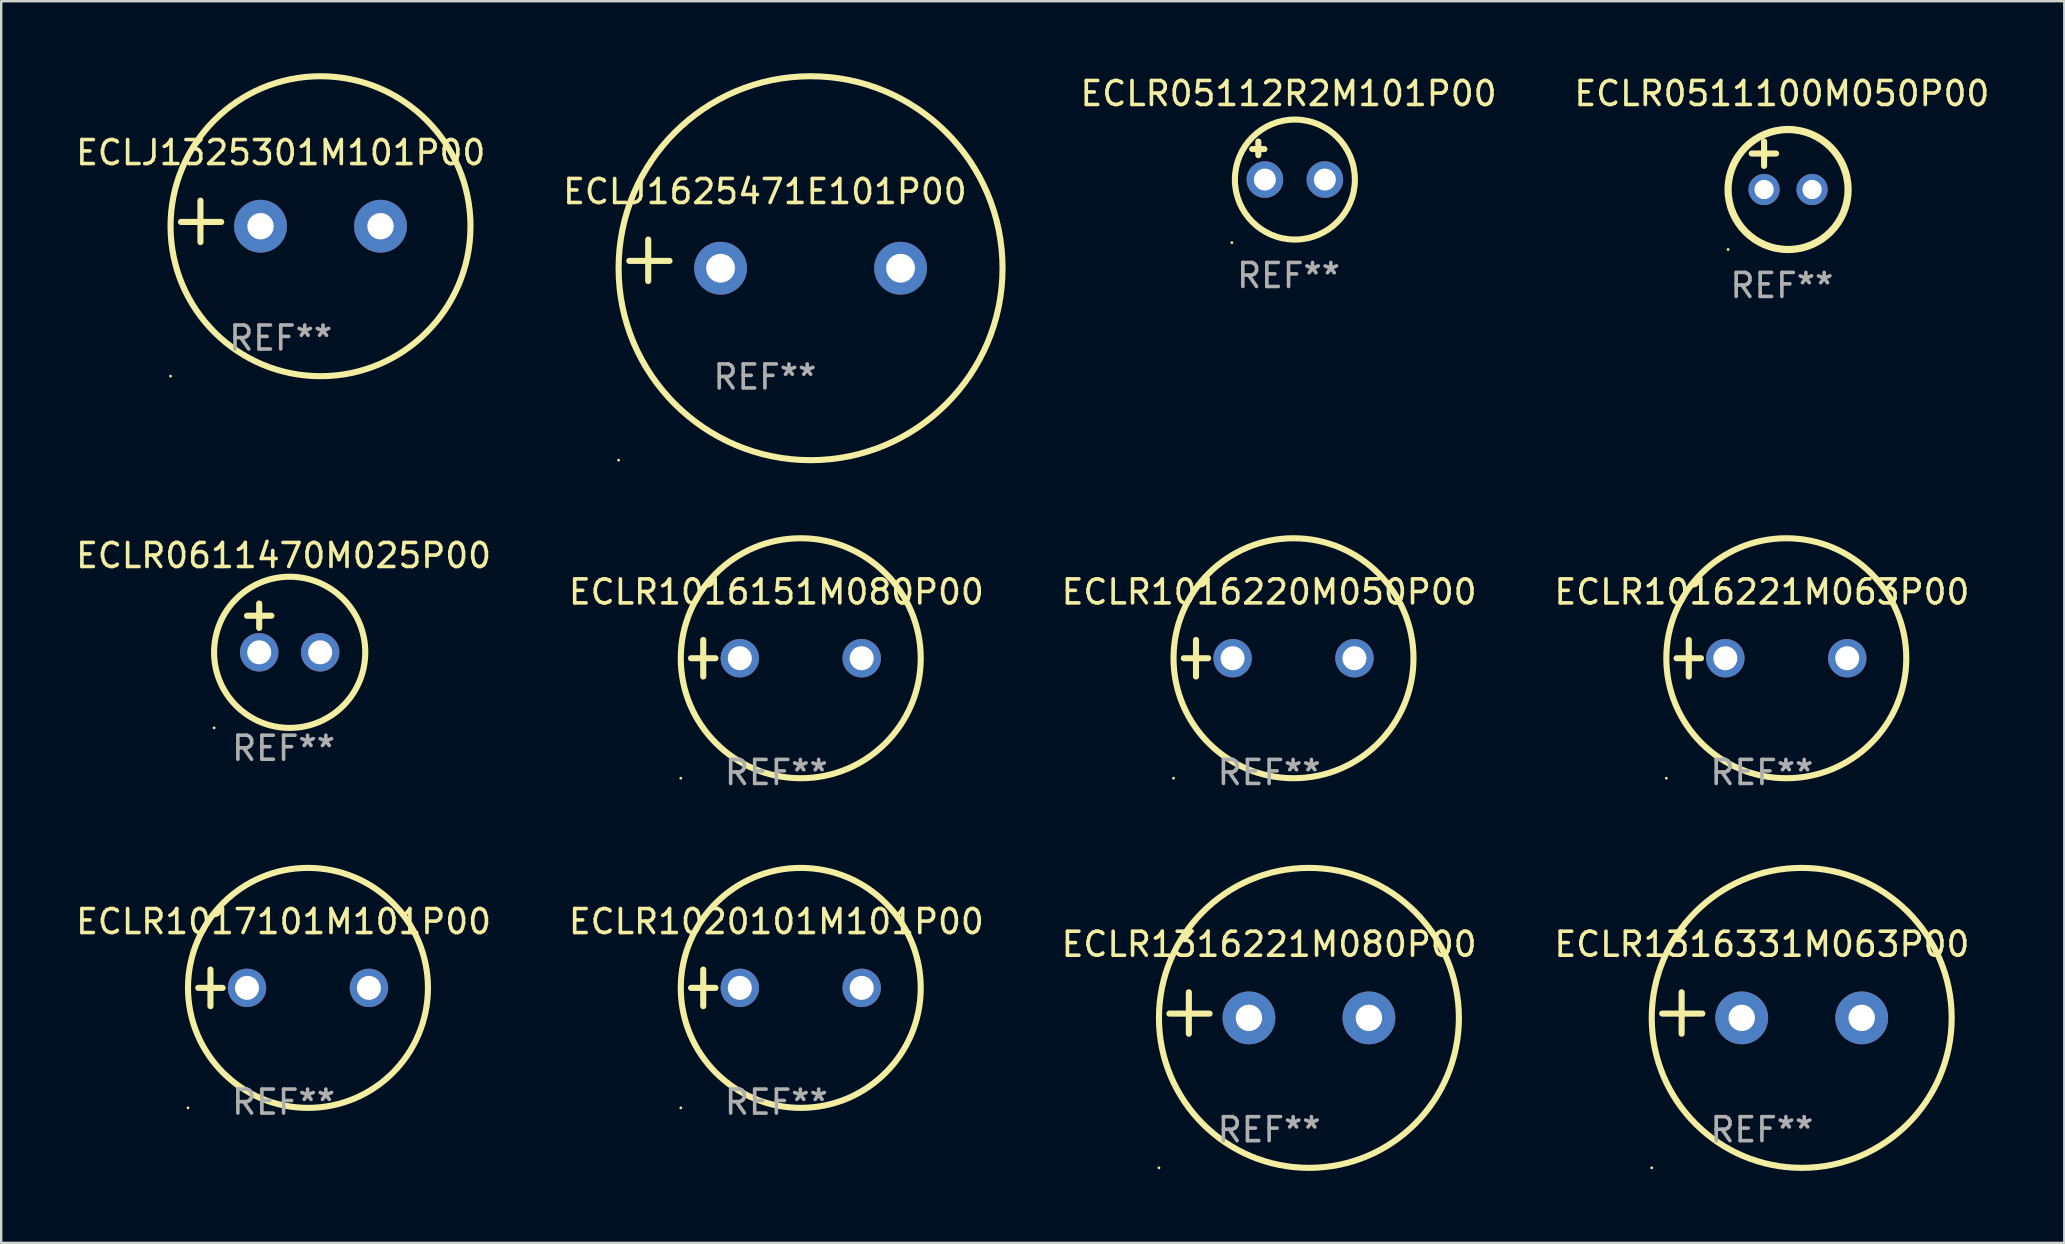
<source format=kicad_pcb>
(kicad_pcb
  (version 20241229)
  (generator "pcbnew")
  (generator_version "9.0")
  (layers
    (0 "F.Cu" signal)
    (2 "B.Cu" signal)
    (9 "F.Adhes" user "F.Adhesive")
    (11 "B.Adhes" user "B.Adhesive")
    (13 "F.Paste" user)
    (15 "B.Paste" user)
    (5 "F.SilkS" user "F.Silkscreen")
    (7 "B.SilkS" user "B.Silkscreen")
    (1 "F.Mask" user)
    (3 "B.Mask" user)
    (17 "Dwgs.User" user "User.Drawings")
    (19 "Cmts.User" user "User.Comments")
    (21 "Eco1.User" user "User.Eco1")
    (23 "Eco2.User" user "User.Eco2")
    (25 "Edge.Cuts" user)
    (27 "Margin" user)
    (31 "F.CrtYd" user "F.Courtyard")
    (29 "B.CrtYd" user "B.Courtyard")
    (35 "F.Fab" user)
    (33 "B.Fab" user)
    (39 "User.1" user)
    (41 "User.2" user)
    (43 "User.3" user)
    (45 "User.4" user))
  (footprint "ECLR1016151M080P00"
    (layer "F.Cu")
    (at 29.304 24.381)
    (property "Reference" "ECLR1016151M080P00" (at 0 -2.762 0) (layer "F.SilkS") (effects (font (size 1 1) (thickness 0.15))))
    (attr through_hole)
    (fp_line (start -3.556 0) (end -2.54 0) (stroke (width 0.254) (type solid)) (layer "F.SilkS"))
    (fp_line (start -3.048 -0.762) (end -3.048 0.762) (stroke (width 0.254) (type solid)) (layer "F.SilkS"))
    (fp_circle (center -3.984 5) (end -3.954 5) (stroke (width 0.06) (type solid)) (fill no) (layer "F.SilkS"))
    (fp_circle (center 1.016 0) (end 6.016 0) (stroke (width 0.254) (type solid)) (fill no) (layer "F.SilkS"))
    (fp_text user "REF**" (at 0 4.762 0) (layer "F.Fab") (effects (font (size 1 1) (thickness 0.15))))
    (pad "1" thru_hole circle (at -1.524 0) (size 1.6 1.6) (drill 1) (layers "*.Cu" "*.Mask"))
    (pad "2" thru_hole circle (at 3.556 0) (size 1.6 1.6) (drill 1) (layers "*.Cu" "*.Mask")))
  (footprint "ECLJ1625471E101P00"
    (layer "F.Cu")
    (at 28.827 7.797)
    (property "Reference" "ECLJ1625471E101P00" (at 0 -2.864 0) (layer "F.SilkS") (effects (font (size 1 1) (thickness 0.15))))
    (attr through_hole)
    (fp_line (start -4.864 0.864) (end -4.864 -0.864) (stroke (width 0.254) (type solid)) (layer "F.SilkS"))
    (fp_line (start -3.975 0.025) (end -5.652 0.025) (stroke (width 0.254) (type solid)) (layer "F.SilkS"))
    (fp_circle (center -6.098 8.33) (end -6.068 8.33) (stroke (width 0.06) (type solid)) (fill no) (layer "F.SilkS"))
    (fp_circle (center 1.902 0.33) (end 9.902 0.33) (stroke (width 0.254) (type solid)) (fill no) (layer "F.SilkS"))
    (fp_text user "REF**" (at 0 4.864 0) (layer "F.Fab") (effects (font (size 1 1) (thickness 0.15))))
    (pad "1" thru_hole circle (at -1.848 0.33) (size 2.2 2.2) (drill 1.2) (layers "*.Cu" "*.Mask"))
    (pad "2" thru_hole circle (at 5.652 0.33) (size 2.2 2.2) (drill 1.2) (layers "*.Cu" "*.Mask")))
  (footprint "ECLR1016220M050P00"
    (layer "F.Cu")
    (at 49.839 24.381)
    (property "Reference" "ECLR1016220M050P00" (at 0 -2.762 0) (layer "F.SilkS") (effects (font (size 1 1) (thickness 0.15))))
    (attr through_hole)
    (fp_line (start -3.556 0) (end -2.54 0) (stroke (width 0.254) (type solid)) (layer "F.SilkS"))
    (fp_line (start -3.048 -0.762) (end -3.048 0.762) (stroke (width 0.254) (type solid)) (layer "F.SilkS"))
    (fp_circle (center -3.984 5) (end -3.954 5) (stroke (width 0.06) (type solid)) (fill no) (layer "F.SilkS"))
    (fp_circle (center 1.016 0) (end 6.016 0) (stroke (width 0.254) (type solid)) (fill no) (layer "F.SilkS"))
    (fp_text user "REF**" (at 0 4.762 0) (layer "F.Fab") (effects (font (size 1 1) (thickness 0.15))))
    (pad "1" thru_hole circle (at -1.524 0) (size 1.6 1.6) (drill 1) (layers "*.Cu" "*.Mask"))
    (pad "2" thru_hole circle (at 3.556 0) (size 1.6 1.6) (drill 1) (layers "*.Cu" "*.Mask")))
  (footprint "ECLR1016221M063P00"
    (layer "F.Cu")
    (at 70.375 24.381)
    (property "Reference" "ECLR1016221M063P00" (at 0 -2.762 0) (layer "F.SilkS") (effects (font (size 1 1) (thickness 0.15))))
    (attr through_hole)
    (fp_line (start -3.556 0) (end -2.54 0) (stroke (width 0.254) (type solid)) (layer "F.SilkS"))
    (fp_line (start -3.048 -0.762) (end -3.048 0.762) (stroke (width 0.254) (type solid)) (layer "F.SilkS"))
    (fp_circle (center -3.984 5) (end -3.954 5) (stroke (width 0.06) (type solid)) (fill no) (layer "F.SilkS"))
    (fp_circle (center 1.016 0) (end 6.016 0) (stroke (width 0.254) (type solid)) (fill no) (layer "F.SilkS"))
    (fp_text user "REF**" (at 0 4.762 0) (layer "F.Fab") (effects (font (size 1 1) (thickness 0.15))))
    (pad "1" thru_hole circle (at -1.524 0) (size 1.6 1.6) (drill 1) (layers "*.Cu" "*.Mask"))
    (pad "2" thru_hole circle (at 3.556 0) (size 1.6 1.6) (drill 1) (layers "*.Cu" "*.Mask")))
  (footprint "ECLJ1325301M101P00"
    (layer "F.Cu")
    (at 8.649 6.174)
    (property "Reference" "ECLJ1325301M101P00" (at 0 -2.864 0) (layer "F.SilkS") (effects (font (size 1 1) (thickness 0.15))))
    (attr through_hole)
    (fp_line (start -3.346 0.864) (end -3.346 -0.864) (stroke (width 0.254) (type solid)) (layer "F.SilkS"))
    (fp_line (start -2.482 0.025) (end -4.158 0.025) (stroke (width 0.254) (type solid)) (layer "F.SilkS"))
    (fp_circle (center -4.592 6.453) (end -4.562 6.453) (stroke (width 0.06) (type solid)) (fill no) (layer "F.SilkS"))
    (fp_circle (center 1.658 0.203) (end 7.908 0.203) (stroke (width 0.254) (type solid)) (fill no) (layer "F.SilkS"))
    (fp_text user "REF**" (at 0 4.864 0) (layer "F.Fab") (effects (font (size 1 1) (thickness 0.15))))
    (pad "1" thru_hole circle (at -0.842 0.203) (size 2.2 2.2) (drill 1.1) (layers "*.Cu" "*.Mask"))
    (pad "2" thru_hole circle (at 4.158 0.203) (size 2.2 2.2) (drill 1.1) (layers "*.Cu" "*.Mask")))
  (footprint "ECLR1316331M063P00"
    (layer "F.Cu")
    (at 70.375 39.165)
    (property "Reference" "ECLR1316331M063P00" (at 0 -2.864 0) (layer "F.SilkS") (effects (font (size 1 1) (thickness 0.15))))
    (attr through_hole)
    (fp_line (start -3.346 0.864) (end -3.346 -0.864) (stroke (width 0.254) (type solid)) (layer "F.SilkS"))
    (fp_line (start -2.482 0.025) (end -4.158 0.025) (stroke (width 0.254) (type solid)) (layer "F.SilkS"))
    (fp_circle (center -4.592 6.453) (end -4.562 6.453) (stroke (width 0.06) (type solid)) (fill no) (layer "F.SilkS"))
    (fp_circle (center 1.658 0.203) (end 7.908 0.203) (stroke (width 0.254) (type solid)) (fill no) (layer "F.SilkS"))
    (fp_text user "REF**" (at 0 4.864 0) (layer "F.Fab") (effects (font (size 1 1) (thickness 0.15))))
    (pad "1" thru_hole circle (at -0.842 0.203) (size 2.2 2.2) (drill 1.1) (layers "*.Cu" "*.Mask"))
    (pad "2" thru_hole circle (at 4.158 0.203) (size 2.2 2.2) (drill 1.1) (layers "*.Cu" "*.Mask")))
  (footprint "ECLR1020101M101P00"
    (layer "F.Cu")
    (at 29.304 38.118)
    (property "Reference" "ECLR1020101M101P00" (at 0 -2.762 0) (layer "F.SilkS") (effects (font (size 1 1) (thickness 0.15))))
    (attr through_hole)
    (fp_line (start -3.556 0) (end -2.54 0) (stroke (width 0.254) (type solid)) (layer "F.SilkS"))
    (fp_line (start -3.048 -0.762) (end -3.048 0.762) (stroke (width 0.254) (type solid)) (layer "F.SilkS"))
    (fp_circle (center -3.984 5) (end -3.954 5) (stroke (width 0.06) (type solid)) (fill no) (layer "F.SilkS"))
    (fp_circle (center 1.016 0) (end 6.016 0) (stroke (width 0.254) (type solid)) (fill no) (layer "F.SilkS"))
    (fp_text user "REF**" (at 0 4.762 0) (layer "F.Fab") (effects (font (size 1 1) (thickness 0.15))))
    (pad "1" thru_hole circle (at -1.524 0) (size 1.6 1.6) (drill 1) (layers "*.Cu" "*.Mask"))
    (pad "2" thru_hole circle (at 3.556 0) (size 1.6 1.6) (drill 1) (layers "*.Cu" "*.Mask")))
  (footprint "ECLR0511100M050P00"
    (layer "F.Cu")
    (at 71.207 3.848)
    (property "Reference" "ECLR0511100M050P00" (at 0 -3 0) (layer "F.SilkS") (effects (font (size 1 1) (thickness 0.15))))
    (attr through_hole)
    (fp_line (start -1.258 -0.5) (end -0.242 -0.5) (stroke (width 0.254) (type solid)) (layer "F.SilkS"))
    (fp_line (start -0.742 -1) (end -0.742 0.016) (stroke (width 0.254) (type solid)) (layer "F.SilkS"))
    (fp_circle (center -2.242 3.5) (end -2.212 3.5) (stroke (width 0.06) (type solid)) (fill no) (layer "F.SilkS"))
    (fp_circle (center 0.258 1) (end 2.758 1) (stroke (width 0.3) (type solid)) (fill no) (layer "F.SilkS"))
    (fp_text user "REF**" (at 0 5 0) (layer "F.Fab") (effects (font (size 1 1) (thickness 0.15))))
    (pad "1" thru_hole circle (at -0.742 1) (size 1.3 1.3) (drill 0.8) (layers "*.Cu" "*.Mask"))
    (pad "2" thru_hole circle (at 1.258 1) (size 1.3 1.3) (drill 0.8) (layers "*.Cu" "*.Mask")))
  (footprint "ECLR05112R2M101P00"
    (layer "F.Cu")
    (at 50.648 3.641)
    (property "Reference" "ECLR05112R2M101P00" (at 0 -2.792 0) (layer "F.SilkS") (effects (font (size 1 1) (thickness 0.15))))
    (attr through_hole)
    (fp_line (start -1.514 -0.478) (end -1.006 -0.478) (stroke (width 0.254) (type solid)) (layer "F.SilkS"))
    (fp_line (start -1.26 -0.792) (end -1.26 -0.224) (stroke (width 0.254) (type solid)) (layer "F.SilkS"))
    (fp_circle (center -2.363 3.42) (end -2.333 3.42) (stroke (width 0.06) (type solid)) (fill no) (layer "F.SilkS"))
    (fp_circle (center 0.264 0.792) (end 2.764 0.792) (stroke (width 0.254) (type solid)) (fill no) (layer "F.SilkS"))
    (fp_text user "REF**" (at 0 4.792 0) (layer "F.Fab") (effects (font (size 1 1) (thickness 0.15))))
    (pad "1" thru_hole circle (at -0.986 0.792) (size 1.524 1.524) (drill 0.914) (layers "*.Cu" "*.Mask"))
    (pad "2" thru_hole circle (at 1.514 0.792) (size 1.524 1.524) (drill 0.914) (layers "*.Cu" "*.Mask")))
  (footprint "ECLR1316221M080P00"
    (layer "F.Cu")
    (at 49.839 39.165)
    (property "Reference" "ECLR1316221M080P00" (at 0 -2.864 0) (layer "F.SilkS") (effects (font (size 1 1) (thickness 0.15))))
    (attr through_hole)
    (fp_line (start -3.346 0.864) (end -3.346 -0.864) (stroke (width 0.254) (type solid)) (layer "F.SilkS"))
    (fp_line (start -2.482 0.025) (end -4.158 0.025) (stroke (width 0.254) (type solid)) (layer "F.SilkS"))
    (fp_circle (center -4.592 6.453) (end -4.562 6.453) (stroke (width 0.06) (type solid)) (fill no) (layer "F.SilkS"))
    (fp_circle (center 1.658 0.203) (end 7.908 0.203) (stroke (width 0.254) (type solid)) (fill no) (layer "F.SilkS"))
    (fp_text user "REF**" (at 0 4.864 0) (layer "F.Fab") (effects (font (size 1 1) (thickness 0.15))))
    (pad "1" thru_hole circle (at -0.842 0.203) (size 2.2 2.2) (drill 1.1) (layers "*.Cu" "*.Mask"))
    (pad "2" thru_hole circle (at 4.158 0.203) (size 2.2 2.2) (drill 1.1) (layers "*.Cu" "*.Mask")))
  (footprint "ECLR1017101M101P00"
    (layer "F.Cu")
    (at 8.768 38.118)
    (property "Reference" "ECLR1017101M101P00" (at 0 -2.762 0) (layer "F.SilkS") (effects (font (size 1 1) (thickness 0.15))))
    (attr through_hole)
    (fp_line (start -3.556 0) (end -2.54 0) (stroke (width 0.254) (type solid)) (layer "F.SilkS"))
    (fp_line (start -3.048 -0.762) (end -3.048 0.762) (stroke (width 0.254) (type solid)) (layer "F.SilkS"))
    (fp_circle (center -3.984 5) (end -3.954 5) (stroke (width 0.06) (type solid)) (fill no) (layer "F.SilkS"))
    (fp_circle (center 1.016 0) (end 6.016 0) (stroke (width 0.254) (type solid)) (fill no) (layer "F.SilkS"))
    (fp_text user "REF**" (at 0 4.762 0) (layer "F.Fab") (effects (font (size 1 1) (thickness 0.15))))
    (pad "1" thru_hole circle (at -1.524 0) (size 1.6 1.6) (drill 1) (layers "*.Cu" "*.Mask"))
    (pad "2" thru_hole circle (at 3.556 0) (size 1.6 1.6) (drill 1) (layers "*.Cu" "*.Mask")))
  (footprint "ECLR0611470M025P00"
    (layer "F.Cu")
    (at 8.768 23.118)
    (property "Reference" "ECLR0611470M025P00" (at 0 -3.016 0) (layer "F.SilkS") (effects (font (size 1 1) (thickness 0.15))))
    (attr through_hole)
    (fp_line (start -1.524 -0.508) (end -0.508 -0.508) (stroke (width 0.254) (type solid)) (layer "F.SilkS"))
    (fp_line (start -1.016 -1.016) (end -1.016 0) (stroke (width 0.254) (type solid)) (layer "F.SilkS"))
    (fp_circle (center -2.896 4.166) (end -2.866 4.166) (stroke (width 0.06) (type solid)) (fill no) (layer "F.SilkS"))
    (fp_circle (center 0.254 1.016) (end 3.404 1.016) (stroke (width 0.254) (type solid)) (fill no) (layer "F.SilkS"))
    (fp_text user "REF**" (at 0 5.016 0) (layer "F.Fab") (effects (font (size 1 1) (thickness 0.15))))
    (pad "1" thru_hole circle (at -1.016 1.016) (size 1.6 1.6) (drill 1) (layers "*.Cu" "*.Mask"))
    (pad "2" thru_hole circle (at 1.524 1.016) (size 1.6 1.6) (drill 1) (layers "*.Cu" "*.Mask")))
  (gr_rect
    (start -3 -3)
    (end 82.975 48.745)
    (stroke (width 0.1) (type default))
    (fill no)
    (layer "Edge.Cuts")))
</source>
